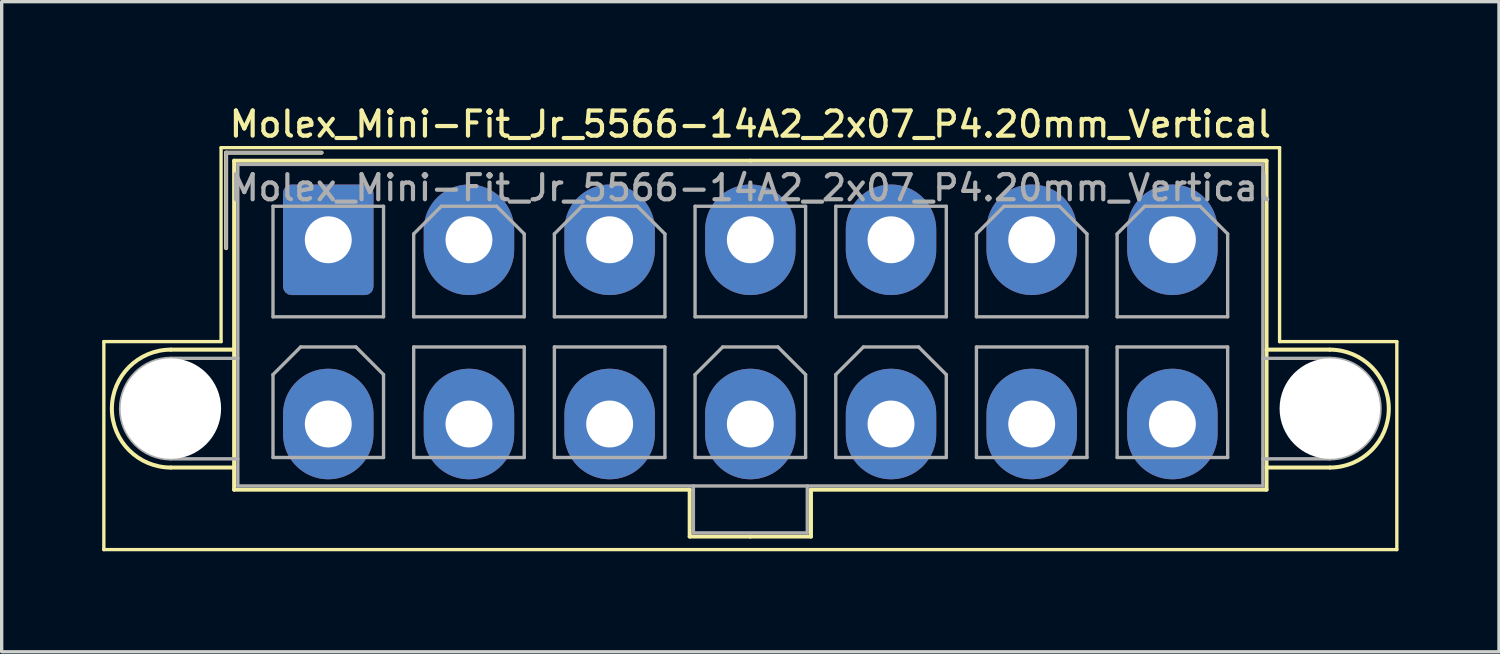
<source format=kicad_pcb>
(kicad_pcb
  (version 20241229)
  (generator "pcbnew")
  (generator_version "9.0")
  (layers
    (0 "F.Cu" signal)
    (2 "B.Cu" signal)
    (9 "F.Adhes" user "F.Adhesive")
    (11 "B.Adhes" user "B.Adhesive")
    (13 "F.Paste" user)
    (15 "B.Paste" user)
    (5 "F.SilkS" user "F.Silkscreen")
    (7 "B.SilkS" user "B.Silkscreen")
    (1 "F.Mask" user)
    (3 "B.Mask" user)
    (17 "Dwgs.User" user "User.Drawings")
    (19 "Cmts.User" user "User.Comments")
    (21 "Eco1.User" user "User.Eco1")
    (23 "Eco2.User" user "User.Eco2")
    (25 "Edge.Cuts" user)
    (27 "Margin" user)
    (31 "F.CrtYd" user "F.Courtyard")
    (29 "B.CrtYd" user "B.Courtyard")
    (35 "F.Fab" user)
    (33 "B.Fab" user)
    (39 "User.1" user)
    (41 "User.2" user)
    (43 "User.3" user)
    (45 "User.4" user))
  (footprint "Molex_Mini-Fit_Jr_5566-14A2_2x07_P4.20mm_Vertical"
    (layer "F.Cu")
    (at 6.75 4.108)
    (property "Reference" "Molex_Mini-Fit_Jr_5566-14A2_2x07_P4.20mm_Vertical" (at 12.6 -3.45 0) (layer "F.SilkS") (effects (font (size 0.75 0.75) (thickness 0.125))))
    (attr through_hole)
    (fp_line (start -6.7 3.04) (end -6.7 9.25) (stroke (width 0.1) (type solid)) (layer "F.SilkS"))
    (fp_line (start -6.7 9.25) (end 31.9 9.25) (stroke (width 0.1) (type solid)) (layer "F.SilkS"))
    (fp_line (start -4.7 3.28) (end -2.81 3.28) (stroke (width 0.12) (type solid)) (layer "F.SilkS"))
    (fp_line (start -4.7 6.8) (end -2.81 6.8) (stroke (width 0.12) (type solid)) (layer "F.SilkS"))
    (fp_line (start -3.2 -2.75) (end -3.2 3.04) (stroke (width 0.1) (type solid)) (layer "F.SilkS"))
    (fp_line (start -3.2 3.04) (end -6.7 3.04) (stroke (width 0.1) (type solid)) (layer "F.SilkS"))
    (fp_line (start -3.05 -2.6) (end -3.05 0.25) (stroke (width 0.12) (type solid)) (layer "F.SilkS"))
    (fp_line (start -2.81 -2.36) (end -2.81 7.46) (stroke (width 0.12) (type solid)) (layer "F.SilkS"))
    (fp_line (start -2.81 7.46) (end 10.79 7.46) (stroke (width 0.12) (type solid)) (layer "F.SilkS"))
    (fp_line (start -0.2 -2.6) (end -3.05 -2.6) (stroke (width 0.12) (type solid)) (layer "F.SilkS"))
    (fp_line (start 10.79 7.46) (end 10.79 8.86) (stroke (width 0.12) (type solid)) (layer "F.SilkS"))
    (fp_line (start 10.79 8.86) (end 12.6 8.86) (stroke (width 0.12) (type solid)) (layer "F.SilkS"))
    (fp_line (start 12.6 -2.36) (end -2.81 -2.36) (stroke (width 0.12) (type solid)) (layer "F.SilkS"))
    (fp_line (start 12.6 -2.36) (end 28.01 -2.36) (stroke (width 0.12) (type solid)) (layer "F.SilkS"))
    (fp_line (start 14.41 7.46) (end 14.41 8.86) (stroke (width 0.12) (type solid)) (layer "F.SilkS"))
    (fp_line (start 14.41 8.86) (end 12.6 8.86) (stroke (width 0.12) (type solid)) (layer "F.SilkS"))
    (fp_line (start 28.01 -2.36) (end 28.01 7.46) (stroke (width 0.12) (type solid)) (layer "F.SilkS"))
    (fp_line (start 28.01 7.46) (end 14.41 7.46) (stroke (width 0.12) (type solid)) (layer "F.SilkS"))
    (fp_line (start 28.4 -2.75) (end -3.2 -2.75) (stroke (width 0.1) (type solid)) (layer "F.SilkS"))
    (fp_line (start 28.4 3.04) (end 28.4 -2.75) (stroke (width 0.1) (type solid)) (layer "F.SilkS"))
    (fp_line (start 29.9 3.28) (end 28.01 3.28) (stroke (width 0.12) (type solid)) (layer "F.SilkS"))
    (fp_line (start 29.9 6.8) (end 28.01 6.8) (stroke (width 0.12) (type solid)) (layer "F.SilkS"))
    (fp_line (start 31.9 3.04) (end 28.4 3.04) (stroke (width 0.1) (type solid)) (layer "F.SilkS"))
    (fp_line (start 31.9 9.25) (end 31.9 3.04) (stroke (width 0.1) (type solid)) (layer "F.SilkS"))
    (fp_arc (start -4.7 6.8) (mid -6.46 5.04) (end -4.7 3.28) (stroke (width 0.12) (type solid)) (layer "F.SilkS"))
    (fp_arc (start 29.9 3.28) (mid 31.66 5.04) (end 29.9 6.8) (stroke (width 0.12) (type solid)) (layer "F.SilkS"))
    (fp_line (start -4.7 3.54) (end -2.7 3.54) (stroke (width 0.1) (type solid)) (layer "F.Fab"))
    (fp_line (start -4.7 6.54) (end -2.7 6.54) (stroke (width 0.1) (type solid)) (layer "F.Fab"))
    (fp_line (start -3.05 -2.6) (end -3.05 0.25) (stroke (width 0.1) (type solid)) (layer "F.Fab"))
    (fp_line (start -2.7 -2.25) (end -2.7 7.35) (stroke (width 0.1) (type solid)) (layer "F.Fab"))
    (fp_line (start -2.7 7.35) (end 27.9 7.35) (stroke (width 0.1) (type solid)) (layer "F.Fab"))
    (fp_line (start -1.65 -1) (end -1.65 2.3) (stroke (width 0.1) (type solid)) (layer "F.Fab"))
    (fp_line (start -1.65 2.3) (end 1.65 2.3) (stroke (width 0.1) (type solid)) (layer "F.Fab"))
    (fp_line (start -1.65 4.025) (end -0.825 3.2) (stroke (width 0.1) (type solid)) (layer "F.Fab"))
    (fp_line (start -1.65 6.5) (end -1.65 4.025) (stroke (width 0.1) (type solid)) (layer "F.Fab"))
    (fp_line (start -0.825 3.2) (end 0.825 3.2) (stroke (width 0.1) (type solid)) (layer "F.Fab"))
    (fp_line (start -0.2 -2.6) (end -3.05 -2.6) (stroke (width 0.1) (type solid)) (layer "F.Fab"))
    (fp_line (start 0.825 3.2) (end 1.65 4.025) (stroke (width 0.1) (type solid)) (layer "F.Fab"))
    (fp_line (start 1.65 -1) (end -1.65 -1) (stroke (width 0.1) (type solid)) (layer "F.Fab"))
    (fp_line (start 1.65 2.3) (end 1.65 -1) (stroke (width 0.1) (type solid)) (layer "F.Fab"))
    (fp_line (start 1.65 4.025) (end 1.65 6.5) (stroke (width 0.1) (type solid)) (layer "F.Fab"))
    (fp_line (start 1.65 6.5) (end -1.65 6.5) (stroke (width 0.1) (type solid)) (layer "F.Fab"))
    (fp_line (start 2.55 -0.175) (end 3.375 -1) (stroke (width 0.1) (type solid)) (layer "F.Fab"))
    (fp_line (start 2.55 2.3) (end 2.55 -0.175) (stroke (width 0.1) (type solid)) (layer "F.Fab"))
    (fp_line (start 2.55 3.2) (end 2.55 6.5) (stroke (width 0.1) (type solid)) (layer "F.Fab"))
    (fp_line (start 2.55 6.5) (end 5.85 6.5) (stroke (width 0.1) (type solid)) (layer "F.Fab"))
    (fp_line (start 3.375 -1) (end 5.025 -1) (stroke (width 0.1) (type solid)) (layer "F.Fab"))
    (fp_line (start 5.025 -1) (end 5.85 -0.175) (stroke (width 0.1) (type solid)) (layer "F.Fab"))
    (fp_line (start 5.85 -0.175) (end 5.85 2.3) (stroke (width 0.1) (type solid)) (layer "F.Fab"))
    (fp_line (start 5.85 2.3) (end 2.55 2.3) (stroke (width 0.1) (type solid)) (layer "F.Fab"))
    (fp_line (start 5.85 3.2) (end 2.55 3.2) (stroke (width 0.1) (type solid)) (layer "F.Fab"))
    (fp_line (start 5.85 6.5) (end 5.85 3.2) (stroke (width 0.1) (type solid)) (layer "F.Fab"))
    (fp_line (start 6.75 -0.175) (end 7.575 -1) (stroke (width 0.1) (type solid)) (layer "F.Fab"))
    (fp_line (start 6.75 2.3) (end 6.75 -0.175) (stroke (width 0.1) (type solid)) (layer "F.Fab"))
    (fp_line (start 6.75 3.2) (end 6.75 6.5) (stroke (width 0.1) (type solid)) (layer "F.Fab"))
    (fp_line (start 6.75 6.5) (end 10.05 6.5) (stroke (width 0.1) (type solid)) (layer "F.Fab"))
    (fp_line (start 7.575 -1) (end 9.225 -1) (stroke (width 0.1) (type solid)) (layer "F.Fab"))
    (fp_line (start 9.225 -1) (end 10.05 -0.175) (stroke (width 0.1) (type solid)) (layer "F.Fab"))
    (fp_line (start 10.05 -0.175) (end 10.05 2.3) (stroke (width 0.1) (type solid)) (layer "F.Fab"))
    (fp_line (start 10.05 2.3) (end 6.75 2.3) (stroke (width 0.1) (type solid)) (layer "F.Fab"))
    (fp_line (start 10.05 3.2) (end 6.75 3.2) (stroke (width 0.1) (type solid)) (layer "F.Fab"))
    (fp_line (start 10.05 6.5) (end 10.05 3.2) (stroke (width 0.1) (type solid)) (layer "F.Fab"))
    (fp_line (start 10.9 7.35) (end 10.9 8.75) (stroke (width 0.1) (type solid)) (layer "F.Fab"))
    (fp_line (start 10.9 8.75) (end 14.3 8.75) (stroke (width 0.1) (type solid)) (layer "F.Fab"))
    (fp_line (start 10.95 -1) (end 10.95 2.3) (stroke (width 0.1) (type solid)) (layer "F.Fab"))
    (fp_line (start 10.95 2.3) (end 14.25 2.3) (stroke (width 0.1) (type solid)) (layer "F.Fab"))
    (fp_line (start 10.95 4.025) (end 11.775 3.2) (stroke (width 0.1) (type solid)) (layer "F.Fab"))
    (fp_line (start 10.95 6.5) (end 10.95 4.025) (stroke (width 0.1) (type solid)) (layer "F.Fab"))
    (fp_line (start 11.775 3.2) (end 13.425 3.2) (stroke (width 0.1) (type solid)) (layer "F.Fab"))
    (fp_line (start 13.425 3.2) (end 14.25 4.025) (stroke (width 0.1) (type solid)) (layer "F.Fab"))
    (fp_line (start 14.25 -1) (end 10.95 -1) (stroke (width 0.1) (type solid)) (layer "F.Fab"))
    (fp_line (start 14.25 2.3) (end 14.25 -1) (stroke (width 0.1) (type solid)) (layer "F.Fab"))
    (fp_line (start 14.25 4.025) (end 14.25 6.5) (stroke (width 0.1) (type solid)) (layer "F.Fab"))
    (fp_line (start 14.25 6.5) (end 10.95 6.5) (stroke (width 0.1) (type solid)) (layer "F.Fab"))
    (fp_line (start 14.3 8.75) (end 14.3 7.35) (stroke (width 0.1) (type solid)) (layer "F.Fab"))
    (fp_line (start 15.15 -1) (end 15.15 2.3) (stroke (width 0.1) (type solid)) (layer "F.Fab"))
    (fp_line (start 15.15 2.3) (end 18.45 2.3) (stroke (width 0.1) (type solid)) (layer "F.Fab"))
    (fp_line (start 15.15 4.025) (end 15.975 3.2) (stroke (width 0.1) (type solid)) (layer "F.Fab"))
    (fp_line (start 15.15 6.5) (end 15.15 4.025) (stroke (width 0.1) (type solid)) (layer "F.Fab"))
    (fp_line (start 15.975 3.2) (end 17.625 3.2) (stroke (width 0.1) (type solid)) (layer "F.Fab"))
    (fp_line (start 17.625 3.2) (end 18.45 4.025) (stroke (width 0.1) (type solid)) (layer "F.Fab"))
    (fp_line (start 18.45 -1) (end 15.15 -1) (stroke (width 0.1) (type solid)) (layer "F.Fab"))
    (fp_line (start 18.45 2.3) (end 18.45 -1) (stroke (width 0.1) (type solid)) (layer "F.Fab"))
    (fp_line (start 18.45 4.025) (end 18.45 6.5) (stroke (width 0.1) (type solid)) (layer "F.Fab"))
    (fp_line (start 18.45 6.5) (end 15.15 6.5) (stroke (width 0.1) (type solid)) (layer "F.Fab"))
    (fp_line (start 19.35 -0.175) (end 20.175 -1) (stroke (width 0.1) (type solid)) (layer "F.Fab"))
    (fp_line (start 19.35 2.3) (end 19.35 -0.175) (stroke (width 0.1) (type solid)) (layer "F.Fab"))
    (fp_line (start 19.35 3.2) (end 19.35 6.5) (stroke (width 0.1) (type solid)) (layer "F.Fab"))
    (fp_line (start 19.35 6.5) (end 22.65 6.5) (stroke (width 0.1) (type solid)) (layer "F.Fab"))
    (fp_line (start 20.175 -1) (end 21.825 -1) (stroke (width 0.1) (type solid)) (layer "F.Fab"))
    (fp_line (start 21.825 -1) (end 22.65 -0.175) (stroke (width 0.1) (type solid)) (layer "F.Fab"))
    (fp_line (start 22.65 -0.175) (end 22.65 2.3) (stroke (width 0.1) (type solid)) (layer "F.Fab"))
    (fp_line (start 22.65 2.3) (end 19.35 2.3) (stroke (width 0.1) (type solid)) (layer "F.Fab"))
    (fp_line (start 22.65 3.2) (end 19.35 3.2) (stroke (width 0.1) (type solid)) (layer "F.Fab"))
    (fp_line (start 22.65 6.5) (end 22.65 3.2) (stroke (width 0.1) (type solid)) (layer "F.Fab"))
    (fp_line (start 23.55 -0.175) (end 24.375 -1) (stroke (width 0.1) (type solid)) (layer "F.Fab"))
    (fp_line (start 23.55 2.3) (end 23.55 -0.175) (stroke (width 0.1) (type solid)) (layer "F.Fab"))
    (fp_line (start 23.55 3.2) (end 23.55 6.5) (stroke (width 0.1) (type solid)) (layer "F.Fab"))
    (fp_line (start 23.55 6.5) (end 26.85 6.5) (stroke (width 0.1) (type solid)) (layer "F.Fab"))
    (fp_line (start 24.375 -1) (end 26.025 -1) (stroke (width 0.1) (type solid)) (layer "F.Fab"))
    (fp_line (start 26.025 -1) (end 26.85 -0.175) (stroke (width 0.1) (type solid)) (layer "F.Fab"))
    (fp_line (start 26.85 -0.175) (end 26.85 2.3) (stroke (width 0.1) (type solid)) (layer "F.Fab"))
    (fp_line (start 26.85 2.3) (end 23.55 2.3) (stroke (width 0.1) (type solid)) (layer "F.Fab"))
    (fp_line (start 26.85 3.2) (end 23.55 3.2) (stroke (width 0.1) (type solid)) (layer "F.Fab"))
    (fp_line (start 26.85 6.5) (end 26.85 3.2) (stroke (width 0.1) (type solid)) (layer "F.Fab"))
    (fp_line (start 27.9 -2.25) (end -2.7 -2.25) (stroke (width 0.1) (type solid)) (layer "F.Fab"))
    (fp_line (start 27.9 7.35) (end 27.9 -2.25) (stroke (width 0.1) (type solid)) (layer "F.Fab"))
    (fp_line (start 29.9 3.54) (end 27.9 3.54) (stroke (width 0.1) (type solid)) (layer "F.Fab"))
    (fp_line (start 29.9 6.54) (end 27.9 6.54) (stroke (width 0.1) (type solid)) (layer "F.Fab"))
    (fp_arc (start -4.7 6.54) (mid -6.2 5.04) (end -4.7 3.54) (stroke (width 0.1) (type solid)) (layer "F.Fab"))
    (fp_arc (start 29.9 3.54) (mid 31.4 5.04) (end 29.9 6.54) (stroke (width 0.1) (type solid)) (layer "F.Fab"))
    (fp_text user "${REFERENCE}" (at 12.6 -1.55 0) (layer "F.Fab") (effects (font (size 0.75 0.75) (thickness 0.125))))
    (pad "" np_thru_hole circle (at -4.7 5.04) (size 3 3) (drill 3) (layers "*.Cu" "*.Mask"))
    (pad "" np_thru_hole circle (at 29.9 5.04) (size 3 3) (drill 3) (layers "*.Cu" "*.Mask"))
    (pad "1" thru_hole roundrect (at 0 0) (size 2.7 3.3) (drill 1.4) (layers "*.Cu" "*.Mask") (roundrect_rratio 0.093))
    (pad "2" thru_hole oval (at 4.2 0) (size 2.7 3.3) (drill 1.4) (layers "*.Cu" "*.Mask"))
    (pad "3" thru_hole oval (at 8.4 0) (size 2.7 3.3) (drill 1.4) (layers "*.Cu" "*.Mask"))
    (pad "4" thru_hole oval (at 12.6 0) (size 2.7 3.3) (drill 1.4) (layers "*.Cu" "*.Mask"))
    (pad "5" thru_hole oval (at 16.8 0) (size 2.7 3.3) (drill 1.4) (layers "*.Cu" "*.Mask"))
    (pad "6" thru_hole oval (at 21 0) (size 2.7 3.3) (drill 1.4) (layers "*.Cu" "*.Mask"))
    (pad "7" thru_hole oval (at 25.2 0) (size 2.7 3.3) (drill 1.4) (layers "*.Cu" "*.Mask"))
    (pad "8" thru_hole oval (at 0 5.5) (size 2.7 3.3) (drill 1.4) (layers "*.Cu" "*.Mask"))
    (pad "9" thru_hole oval (at 4.2 5.5) (size 2.7 3.3) (drill 1.4) (layers "*.Cu" "*.Mask"))
    (pad "10" thru_hole oval (at 8.4 5.5) (size 2.7 3.3) (drill 1.4) (layers "*.Cu" "*.Mask"))
    (pad "11" thru_hole oval (at 12.6 5.5) (size 2.7 3.3) (drill 1.4) (layers "*.Cu" "*.Mask"))
    (pad "12" thru_hole oval (at 16.8 5.5) (size 2.7 3.3) (drill 1.4) (layers "*.Cu" "*.Mask"))
    (pad "13" thru_hole oval (at 21 5.5) (size 2.7 3.3) (drill 1.4) (layers "*.Cu" "*.Mask"))
    (pad "14" thru_hole oval (at 25.2 5.5) (size 2.7 3.3) (drill 1.4) (layers "*.Cu" "*.Mask")))
  (gr_rect
    (start -3 -3)
    (end 41.7 16.408)
    (stroke (width 0.1) (type default))
    (fill no)
    (layer "Edge.Cuts")))
</source>
